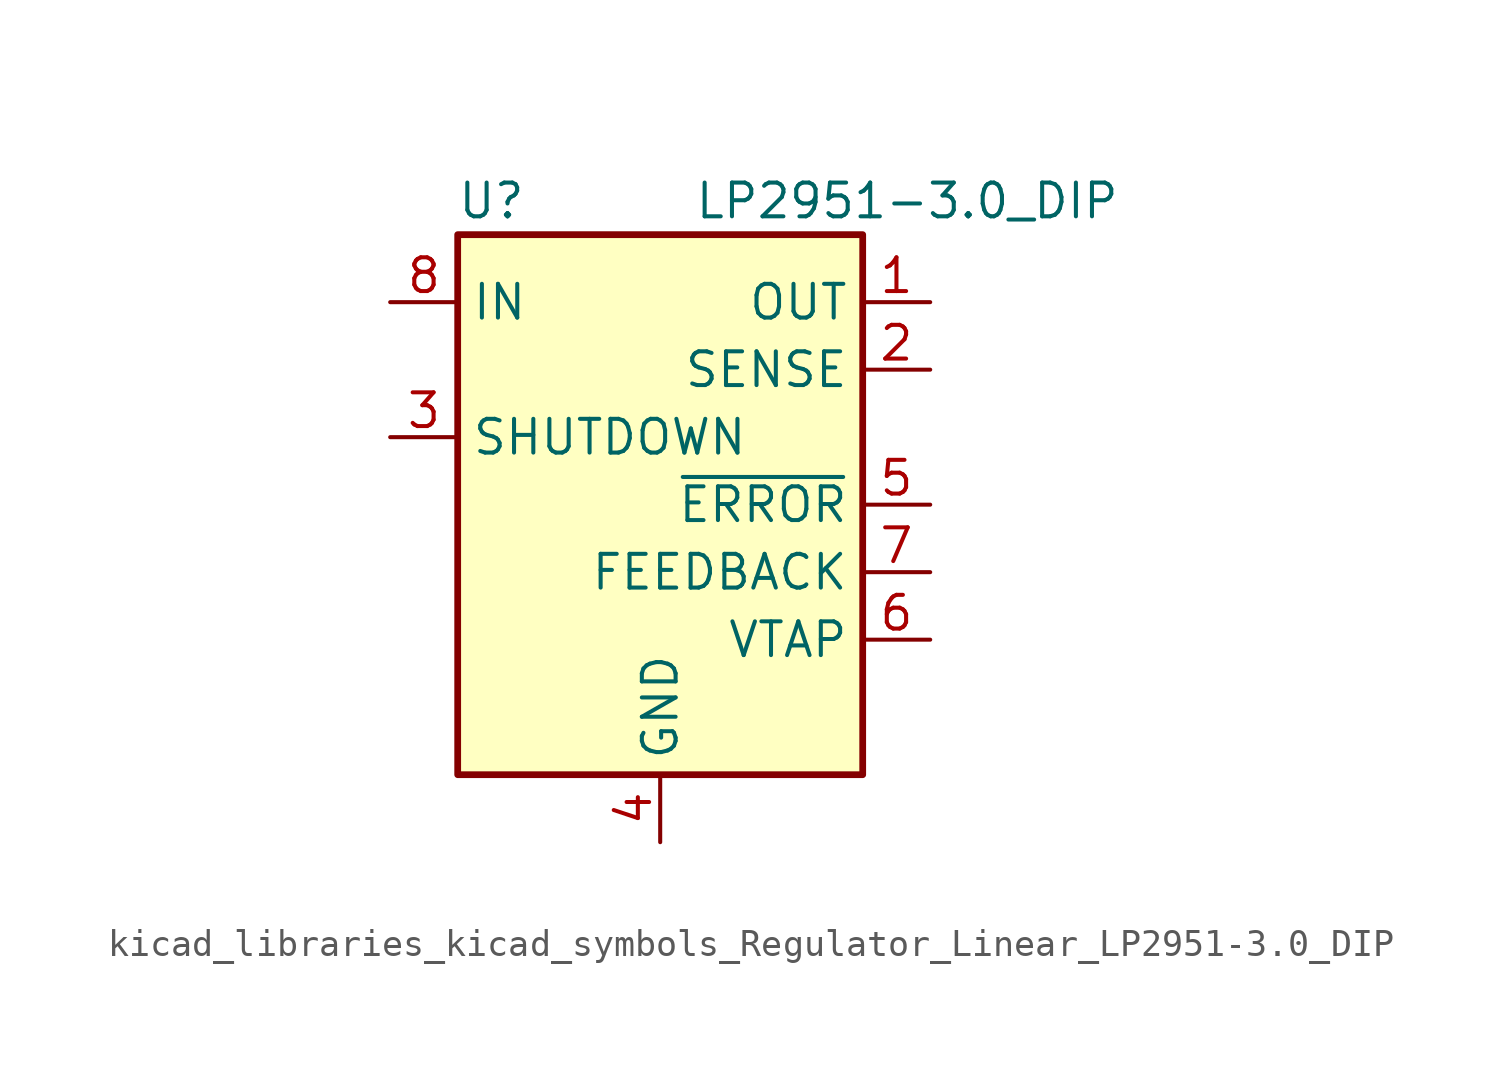
<source format=kicad_sym>
(kicad_symbol_lib
  (version 20220914)
  (generator kicad_symbol_editor)
  (symbol "kicad_libraries_kicad_symbols_Regulator_Linear_LP2951-3.0_DIP"
    (property "Reference" "U"
      (at -6.35 11.43 0)
      (effects (font (size 1.27 1.27))))
    (property "Value" "LP2951-3.0_DIP"
      (at 1.27 11.43 0)
      (effects (font (size 1.27 1.27)) (justify left)))
    (symbol "kicad_libraries_kicad_symbols_Regulator_Linear_LP2951-3.0_DIP_0_1"
      (rectangle (start -7.62 10.16) (end 7.62 -10.16) (stroke (width 0.254) (type default)) (fill (type background))))
    (symbol "kicad_libraries_kicad_symbols_Regulator_Linear_LP2951-3.0_DIP_1_1"
      (pin power_out line (at 10.16 7.62 180) (length 2.54) (name "OUT" (effects (font (size 1.27 1.27)))) (number "1" (effects (font (size 1.27 1.27)))))
      (pin passive line (at 10.16 5.08 180) (length 2.54) (name "SENSE" (effects (font (size 1.27 1.27)))) (number "2" (effects (font (size 1.27 1.27)))))
      (pin input line (at -10.16 2.54 0) (length 2.54) (name "SHUTDOWN" (effects (font (size 1.27 1.27)))) (number "3" (effects (font (size 1.27 1.27)))))
      (pin power_in line (at 0 -12.7 90) (length 2.54) (name "GND" (effects (font (size 1.27 1.27)))) (number "4" (effects (font (size 1.27 1.27)))))
      (pin open_collector line (at 10.16 0 180) (length 2.54) (name "~{ERROR}" (effects (font (size 1.27 1.27)))) (number "5" (effects (font (size 1.27 1.27)))))
      (pin input line (at 10.16 -5.08 180) (length 2.54) (name "VTAP" (effects (font (size 1.27 1.27)))) (number "6" (effects (font (size 1.27 1.27)))))
      (pin input line (at 10.16 -2.54 180) (length 2.54) (name "FEEDBACK" (effects (font (size 1.27 1.27)))) (number "7" (effects (font (size 1.27 1.27)))))
      (pin power_in line (at -10.16 7.62 0) (length 2.54) (name "IN" (effects (font (size 1.27 1.27)))) (number "8" (effects (font (size 1.27 1.27))))))))
</source>
